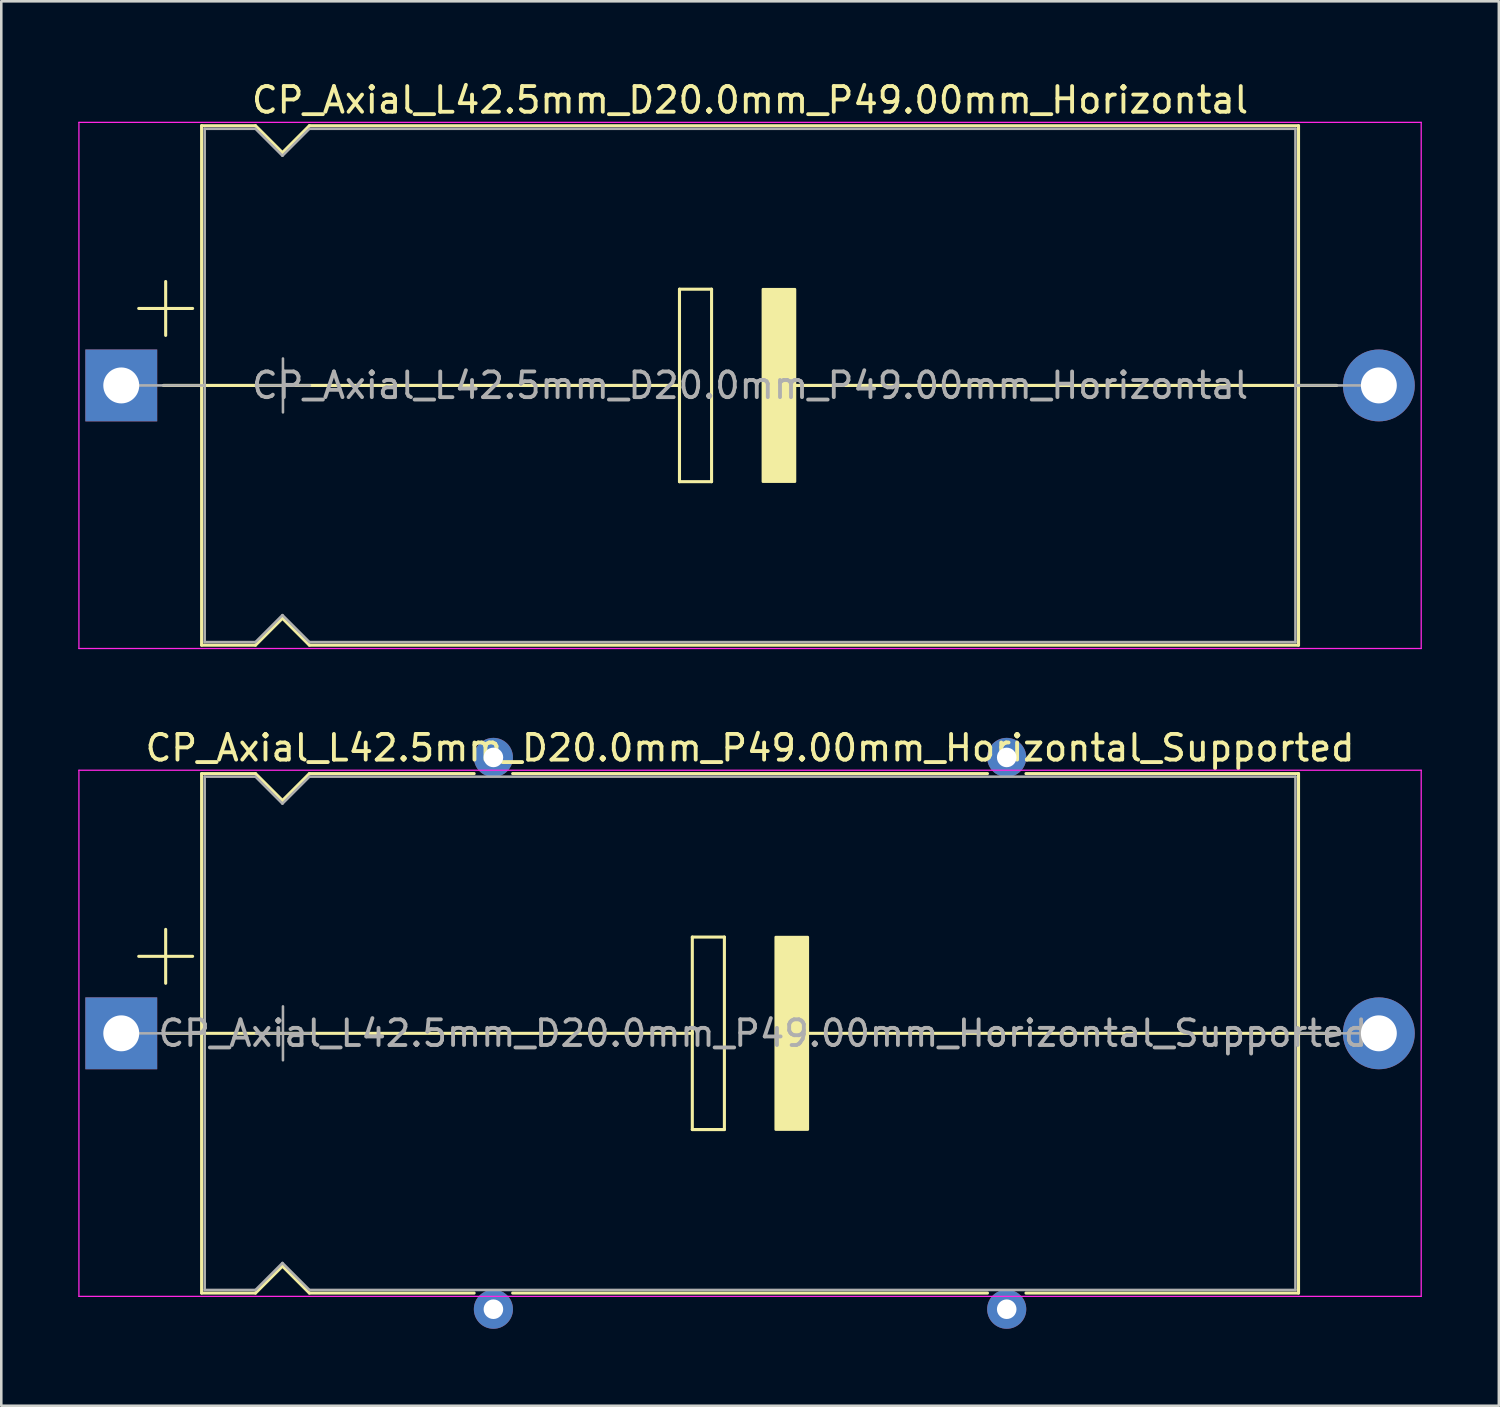
<source format=kicad_pcb>
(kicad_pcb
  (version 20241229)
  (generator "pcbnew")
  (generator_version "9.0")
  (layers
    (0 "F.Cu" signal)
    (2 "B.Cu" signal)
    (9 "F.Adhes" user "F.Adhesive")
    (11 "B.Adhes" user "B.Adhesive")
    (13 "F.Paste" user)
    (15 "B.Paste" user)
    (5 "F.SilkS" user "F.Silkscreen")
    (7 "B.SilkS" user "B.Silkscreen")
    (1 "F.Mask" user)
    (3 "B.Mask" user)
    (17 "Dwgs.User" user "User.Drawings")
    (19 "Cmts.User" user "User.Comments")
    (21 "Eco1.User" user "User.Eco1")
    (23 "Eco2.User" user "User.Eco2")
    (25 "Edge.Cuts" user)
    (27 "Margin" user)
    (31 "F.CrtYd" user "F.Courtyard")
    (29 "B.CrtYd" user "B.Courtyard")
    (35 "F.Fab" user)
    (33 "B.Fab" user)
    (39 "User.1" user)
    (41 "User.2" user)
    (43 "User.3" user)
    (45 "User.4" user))
  (footprint "CP_Axial_L42.5mm_D20.0mm_P49.00mm_Horizontal"
    (layer "F.Cu")
    (at 1.675 11.968)
    (property "Reference" "CP_Axial_L42.5mm_D20.0mm_P49.00mm_Horizontal" (at 24.5 -11.12 0) (layer "F.SilkS") (effects (font (size 1 1) (thickness 0.15))))
    (attr through_hole)
    (fp_line (start 0.68 -3) (end 2.78 -3) (stroke (width 0.12) (type solid)) (layer "F.SilkS"))
    (fp_line (start 1.64 0) (end 3.13 0) (stroke (width 0.12) (type solid)) (layer "F.SilkS"))
    (fp_line (start 1.73 -4.05) (end 1.73 -1.95) (stroke (width 0.12) (type solid)) (layer "F.SilkS"))
    (fp_line (start 3.13 -10.12) (end 3.13 10.12) (stroke (width 0.12) (type solid)) (layer "F.SilkS"))
    (fp_line (start 3.13 -10.12) (end 5.23 -10.12) (stroke (width 0.12) (type solid)) (layer "F.SilkS"))
    (fp_line (start 3.13 0) (end 21.75 0) (stroke (width 0.12) (type solid)) (layer "F.SilkS"))
    (fp_line (start 3.13 10.12) (end 5.23 10.12) (stroke (width 0.12) (type solid)) (layer "F.SilkS"))
    (fp_line (start 5.23 -10.12) (end 6.28 -9.07) (stroke (width 0.12) (type solid)) (layer "F.SilkS"))
    (fp_line (start 5.23 10.12) (end 6.28 9.07) (stroke (width 0.12) (type solid)) (layer "F.SilkS"))
    (fp_line (start 6.28 -9.07) (end 7.33 -10.12) (stroke (width 0.12) (type solid)) (layer "F.SilkS"))
    (fp_line (start 6.28 9.07) (end 7.33 10.12) (stroke (width 0.12) (type solid)) (layer "F.SilkS"))
    (fp_line (start 7.33 -10.12) (end 45.87 -10.12) (stroke (width 0.12) (type solid)) (layer "F.SilkS"))
    (fp_line (start 7.33 10.12) (end 45.87 10.12) (stroke (width 0.12) (type solid)) (layer "F.SilkS"))
    (fp_line (start 21.75 -3.75) (end 23 -3.75) (stroke (width 0.12) (type solid)) (layer "F.SilkS"))
    (fp_line (start 21.75 0) (end 21.75 -3.75) (stroke (width 0.12) (type solid)) (layer "F.SilkS"))
    (fp_line (start 21.75 3.75) (end 21.75 0) (stroke (width 0.12) (type solid)) (layer "F.SilkS"))
    (fp_line (start 23 -3.75) (end 23 3.75) (stroke (width 0.12) (type solid)) (layer "F.SilkS"))
    (fp_line (start 23 3.75) (end 21.75 3.75) (stroke (width 0.12) (type solid)) (layer "F.SilkS"))
    (fp_line (start 26.25 0) (end 45.87 0) (stroke (width 0.12) (type solid)) (layer "F.SilkS"))
    (fp_line (start 45.87 -10.12) (end 45.87 10.12) (stroke (width 0.12) (type solid)) (layer "F.SilkS"))
    (fp_line (start 47.36 0) (end 45.87 0) (stroke (width 0.12) (type solid)) (layer "F.SilkS"))
    (fp_poly (pts (xy 26.25 3.75) (xy 25 3.75) (xy 25 -3.75) (xy 26.25 -3.75)) (stroke (width 0.1) (type solid)) (fill yes) (layer "F.SilkS"))
    (fp_line (start -1.65 -10.25) (end -1.65 10.25) (stroke (width 0.05) (type solid)) (layer "F.CrtYd"))
    (fp_line (start -1.65 10.25) (end 50.65 10.25) (stroke (width 0.05) (type solid)) (layer "F.CrtYd"))
    (fp_line (start 50.65 -10.25) (end -1.65 -10.25) (stroke (width 0.05) (type solid)) (layer "F.CrtYd"))
    (fp_line (start 50.65 10.25) (end 50.65 -10.25) (stroke (width 0.05) (type solid)) (layer "F.CrtYd"))
    (fp_line (start 0 0) (end 3.25 0) (stroke (width 0.1) (type solid)) (layer "F.Fab"))
    (fp_line (start 3.25 -10) (end 3.25 10) (stroke (width 0.1) (type solid)) (layer "F.Fab"))
    (fp_line (start 3.25 -10) (end 5.23 -10) (stroke (width 0.1) (type solid)) (layer "F.Fab"))
    (fp_line (start 3.25 10) (end 5.23 10) (stroke (width 0.1) (type solid)) (layer "F.Fab"))
    (fp_line (start 5.23 -10) (end 6.28 -8.95) (stroke (width 0.1) (type solid)) (layer "F.Fab"))
    (fp_line (start 5.23 10) (end 6.28 8.95) (stroke (width 0.1) (type solid)) (layer "F.Fab"))
    (fp_line (start 5.25 0) (end 7.35 0) (stroke (width 0.1) (type solid)) (layer "F.Fab"))
    (fp_line (start 6.28 -8.95) (end 7.33 -10) (stroke (width 0.1) (type solid)) (layer "F.Fab"))
    (fp_line (start 6.28 8.95) (end 7.33 10) (stroke (width 0.1) (type solid)) (layer "F.Fab"))
    (fp_line (start 6.3 -1.05) (end 6.3 1.05) (stroke (width 0.1) (type solid)) (layer "F.Fab"))
    (fp_line (start 7.33 -10) (end 45.75 -10) (stroke (width 0.1) (type solid)) (layer "F.Fab"))
    (fp_line (start 7.33 10) (end 45.75 10) (stroke (width 0.1) (type solid)) (layer "F.Fab"))
    (fp_line (start 45.75 -10) (end 45.75 10) (stroke (width 0.1) (type solid)) (layer "F.Fab"))
    (fp_line (start 49 0) (end 45.75 0) (stroke (width 0.1) (type solid)) (layer "F.Fab"))
    (fp_text user "${REFERENCE}" (at 24.5 0 0) (layer "F.Fab") (effects (font (size 1 1) (thickness 0.15))))
    (pad "1" thru_hole rect (at 0 0) (size 2.8 2.8) (drill 1.4) (layers "*.Cu" "*.Mask"))
    (pad "2" thru_hole oval (at 49 0) (size 2.8 2.8) (drill 1.4) (layers "*.Cu" "*.Mask")))
  (footprint "CP_Axial_L42.5mm_D20.0mm_P49.00mm_Horizontal_Supported"
    (layer "F.Cu")
    (at 1.675 37.212)
    (property "Reference" "CP_Axial_L42.5mm_D20.0mm_P49.00mm_Horizontal_Supported" (at 24.5 -11.12 0) (layer "F.SilkS") (effects (font (size 1 1) (thickness 0.15))))
    (attr through_hole)
    (fp_line (start 0.68 -3) (end 2.78 -3) (stroke (width 0.12) (type solid)) (layer "F.SilkS"))
    (fp_line (start 1.64 0) (end 3.13 0) (stroke (width 0.12) (type solid)) (layer "F.SilkS"))
    (fp_line (start 1.73 -4.05) (end 1.73 -1.95) (stroke (width 0.12) (type solid)) (layer "F.SilkS"))
    (fp_line (start 3.13 -10.12) (end 3.13 10.12) (stroke (width 0.12) (type solid)) (layer "F.SilkS"))
    (fp_line (start 3.13 -10.12) (end 5.23 -10.12) (stroke (width 0.12) (type solid)) (layer "F.SilkS"))
    (fp_line (start 3.13 0) (end 22.25 0) (stroke (width 0.12) (type solid)) (layer "F.SilkS"))
    (fp_line (start 3.13 10.12) (end 5.23 10.12) (stroke (width 0.12) (type solid)) (layer "F.SilkS"))
    (fp_line (start 5.23 -10.12) (end 6.28 -9.07) (stroke (width 0.12) (type solid)) (layer "F.SilkS"))
    (fp_line (start 5.23 10.12) (end 6.28 9.07) (stroke (width 0.12) (type solid)) (layer "F.SilkS"))
    (fp_line (start 6.28 -9.07) (end 7.33 -10.12) (stroke (width 0.12) (type solid)) (layer "F.SilkS"))
    (fp_line (start 6.28 9.07) (end 7.33 10.12) (stroke (width 0.12) (type solid)) (layer "F.SilkS"))
    (fp_line (start 7.33 -10.12) (end 13.75 -10.12) (stroke (width 0.12) (type solid)) (layer "F.SilkS"))
    (fp_line (start 7.33 10.12) (end 13.75 10.12) (stroke (width 0.12) (type solid)) (layer "F.SilkS"))
    (fp_line (start 15.25 -10.12) (end 33.75 -10.12) (stroke (width 0.12) (type solid)) (layer "F.SilkS"))
    (fp_line (start 15.25 10.12) (end 33.75 10.12) (stroke (width 0.12) (type solid)) (layer "F.SilkS"))
    (fp_line (start 22.25 -3.75) (end 23.5 -3.75) (stroke (width 0.12) (type solid)) (layer "F.SilkS"))
    (fp_line (start 22.25 0) (end 22.25 -3.75) (stroke (width 0.12) (type solid)) (layer "F.SilkS"))
    (fp_line (start 22.25 3.75) (end 22.25 0) (stroke (width 0.12) (type solid)) (layer "F.SilkS"))
    (fp_line (start 23.5 -3.75) (end 23.5 3.75) (stroke (width 0.12) (type solid)) (layer "F.SilkS"))
    (fp_line (start 23.5 3.75) (end 22.25 3.75) (stroke (width 0.12) (type solid)) (layer "F.SilkS"))
    (fp_line (start 26.25 0) (end 45.87 0) (stroke (width 0.12) (type solid)) (layer "F.SilkS"))
    (fp_line (start 35.25 -10.12) (end 45.87 -10.12) (stroke (width 0.12) (type solid)) (layer "F.SilkS"))
    (fp_line (start 35.25 10.12) (end 45.87 10.12) (stroke (width 0.12) (type solid)) (layer "F.SilkS"))
    (fp_line (start 45.87 -10.12) (end 45.87 10.12) (stroke (width 0.12) (type solid)) (layer "F.SilkS"))
    (fp_line (start 47.36 0) (end 45.87 0) (stroke (width 0.12) (type solid)) (layer "F.SilkS"))
    (fp_poly (pts (xy 26.75 3.75) (xy 25.5 3.75) (xy 25.5 -3.75) (xy 26.75 -3.75)) (stroke (width 0.1) (type solid)) (fill yes) (layer "F.SilkS"))
    (fp_line (start -1.65 -10.25) (end -1.65 10.25) (stroke (width 0.05) (type solid)) (layer "F.CrtYd"))
    (fp_line (start -1.65 10.25) (end 50.65 10.25) (stroke (width 0.05) (type solid)) (layer "F.CrtYd"))
    (fp_line (start 50.65 -10.25) (end -1.65 -10.25) (stroke (width 0.05) (type solid)) (layer "F.CrtYd"))
    (fp_line (start 50.65 10.25) (end 50.65 -10.25) (stroke (width 0.05) (type solid)) (layer "F.CrtYd"))
    (fp_line (start 0 0) (end 3.25 0) (stroke (width 0.1) (type solid)) (layer "F.Fab"))
    (fp_line (start 3.25 -10) (end 3.25 10) (stroke (width 0.1) (type solid)) (layer "F.Fab"))
    (fp_line (start 3.25 -10) (end 5.23 -10) (stroke (width 0.1) (type solid)) (layer "F.Fab"))
    (fp_line (start 3.25 10) (end 5.23 10) (stroke (width 0.1) (type solid)) (layer "F.Fab"))
    (fp_line (start 5.23 -10) (end 6.28 -8.95) (stroke (width 0.1) (type solid)) (layer "F.Fab"))
    (fp_line (start 5.23 10) (end 6.28 8.95) (stroke (width 0.1) (type solid)) (layer "F.Fab"))
    (fp_line (start 5.25 0) (end 7.35 0) (stroke (width 0.1) (type solid)) (layer "F.Fab"))
    (fp_line (start 6.28 -8.95) (end 7.33 -10) (stroke (width 0.1) (type solid)) (layer "F.Fab"))
    (fp_line (start 6.28 8.95) (end 7.33 10) (stroke (width 0.1) (type solid)) (layer "F.Fab"))
    (fp_line (start 6.3 -1.05) (end 6.3 1.05) (stroke (width 0.1) (type solid)) (layer "F.Fab"))
    (fp_line (start 7.33 -10) (end 45.75 -10) (stroke (width 0.1) (type solid)) (layer "F.Fab"))
    (fp_line (start 7.33 10) (end 45.75 10) (stroke (width 0.1) (type solid)) (layer "F.Fab"))
    (fp_line (start 45.75 -10) (end 45.75 10) (stroke (width 0.1) (type solid)) (layer "F.Fab"))
    (fp_line (start 49 0) (end 45.75 0) (stroke (width 0.1) (type solid)) (layer "F.Fab"))
    (fp_text user "${REFERENCE}" (at 25 0 0) (layer "F.Fab") (effects (font (size 1 1) (thickness 0.15))))
    (pad "" thru_hole circle (at 14.5 -10.75) (size 1.524 1.524) (drill 0.762) (layers "*.Cu" "*.Mask"))
    (pad "" thru_hole circle (at 14.5 10.75) (size 1.524 1.524) (drill 0.762) (layers "*.Cu" "*.Mask"))
    (pad "" thru_hole circle (at 34.5 -10.75) (size 1.524 1.524) (drill 0.762) (layers "*.Cu" "*.Mask"))
    (pad "" thru_hole circle (at 34.5 10.75) (size 1.524 1.524) (drill 0.762) (layers "*.Cu" "*.Mask"))
    (pad "1" thru_hole rect (at 0 0) (size 2.8 2.8) (drill 1.4) (layers "*.Cu" "*.Mask"))
    (pad "2" thru_hole oval (at 49 0) (size 2.8 2.8) (drill 1.4) (layers "*.Cu" "*.Mask")))
  (gr_rect
    (start -3 -3)
    (end 55.35 51.724)
    (stroke (width 0.1) (type default))
    (fill no)
    (layer "Edge.Cuts")))
</source>
